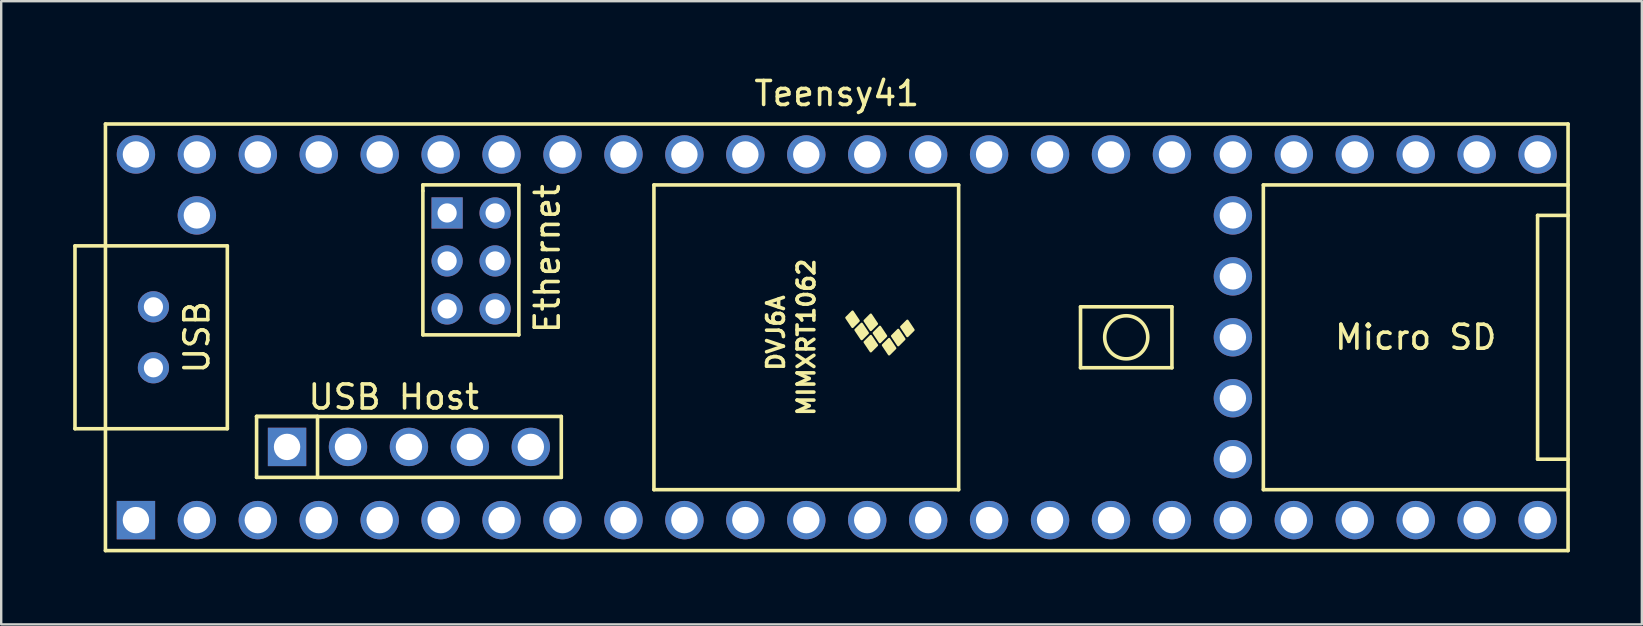
<source format=kicad_pcb>
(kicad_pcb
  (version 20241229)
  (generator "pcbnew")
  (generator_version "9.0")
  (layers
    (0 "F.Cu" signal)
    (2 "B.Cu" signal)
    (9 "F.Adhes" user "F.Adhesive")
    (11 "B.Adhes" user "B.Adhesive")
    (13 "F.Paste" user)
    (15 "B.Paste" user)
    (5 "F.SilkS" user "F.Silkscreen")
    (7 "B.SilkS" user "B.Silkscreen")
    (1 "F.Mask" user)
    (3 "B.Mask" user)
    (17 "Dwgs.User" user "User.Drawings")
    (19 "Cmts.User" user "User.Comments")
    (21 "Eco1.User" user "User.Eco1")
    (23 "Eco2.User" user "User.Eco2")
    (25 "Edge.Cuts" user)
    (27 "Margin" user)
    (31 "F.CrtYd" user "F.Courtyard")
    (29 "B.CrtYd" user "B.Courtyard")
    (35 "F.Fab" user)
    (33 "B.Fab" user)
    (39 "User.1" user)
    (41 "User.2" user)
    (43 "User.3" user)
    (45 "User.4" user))
  (footprint "Teensy41"
    (layer "F.Cu")
    (at 31.825 11.008)
    (property "Reference" "Teensy41" (at 0 -10.16 0) (layer "F.SilkS") (effects (font (size 1 1) (thickness 0.15))))
    (attr through_hole)
    (fp_line (start -31.75 -3.81) (end -30.48 -3.81) (stroke (width 0.15) (type solid)) (layer "F.SilkS"))
    (fp_line (start -31.75 3.81) (end -31.75 -3.81) (stroke (width 0.15) (type solid)) (layer "F.SilkS"))
    (fp_line (start -30.48 -8.89) (end 30.48 -8.89) (stroke (width 0.15) (type solid)) (layer "F.SilkS"))
    (fp_line (start -30.48 3.81) (end -31.75 3.81) (stroke (width 0.15) (type solid)) (layer "F.SilkS"))
    (fp_line (start -30.48 8.89) (end -30.48 -8.89) (stroke (width 0.15) (type solid)) (layer "F.SilkS"))
    (fp_line (start -25.4 -3.81) (end -30.48 -3.81) (stroke (width 0.15) (type solid)) (layer "F.SilkS"))
    (fp_line (start -25.4 3.81) (end -30.48 3.81) (stroke (width 0.15) (type solid)) (layer "F.SilkS"))
    (fp_line (start -25.4 3.81) (end -25.4 -3.81) (stroke (width 0.15) (type solid)) (layer "F.SilkS"))
    (fp_line (start -24.181 3.299) (end -21.641 3.299) (stroke (width 0.15) (type solid)) (layer "F.SilkS"))
    (fp_line (start -24.181 3.299) (end -11.481 3.299) (stroke (width 0.15) (type solid)) (layer "F.SilkS"))
    (fp_line (start -24.181 5.839) (end -24.181 3.299) (stroke (width 0.15) (type solid)) (layer "F.SilkS"))
    (fp_line (start -21.641 3.299) (end -21.641 5.839) (stroke (width 0.15) (type solid)) (layer "F.SilkS"))
    (fp_line (start -17.25 -6.352) (end -17.25 -6.102) (stroke (width 0.15) (type solid)) (layer "F.SilkS"))
    (fp_line (start -17.25 -6.102) (end -17.25 -0.102) (stroke (width 0.15) (type solid)) (layer "F.SilkS"))
    (fp_line (start -17.25 -0.102) (end -13.25 -0.102) (stroke (width 0.15) (type solid)) (layer "F.SilkS"))
    (fp_line (start -13.25 -6.352) (end -17.25 -6.352) (stroke (width 0.15) (type solid)) (layer "F.SilkS"))
    (fp_line (start -13.25 -0.102) (end -13.25 -6.352) (stroke (width 0.15) (type solid)) (layer "F.SilkS"))
    (fp_line (start -11.481 3.299) (end -11.481 5.839) (stroke (width 0.15) (type solid)) (layer "F.SilkS"))
    (fp_line (start -11.481 5.839) (end -24.181 5.839) (stroke (width 0.15) (type solid)) (layer "F.SilkS"))
    (fp_line (start -7.62 -6.35) (end -7.62 6.35) (stroke (width 0.15) (type solid)) (layer "F.SilkS"))
    (fp_line (start -7.62 6.35) (end 5.08 6.35) (stroke (width 0.15) (type solid)) (layer "F.SilkS"))
    (fp_line (start 5.08 -6.35) (end -7.62 -6.35) (stroke (width 0.15) (type solid)) (layer "F.SilkS"))
    (fp_line (start 5.08 6.35) (end 5.08 -6.35) (stroke (width 0.15) (type solid)) (layer "F.SilkS"))
    (fp_line (start 10.16 -1.27) (end 13.97 -1.27) (stroke (width 0.15) (type solid)) (layer "F.SilkS"))
    (fp_line (start 10.16 1.27) (end 10.16 -1.27) (stroke (width 0.15) (type solid)) (layer "F.SilkS"))
    (fp_line (start 13.97 -1.27) (end 13.97 1.27) (stroke (width 0.15) (type solid)) (layer "F.SilkS"))
    (fp_line (start 13.97 1.27) (end 10.16 1.27) (stroke (width 0.15) (type solid)) (layer "F.SilkS"))
    (fp_line (start 17.78 -6.35) (end 17.78 6.35) (stroke (width 0.15) (type solid)) (layer "F.SilkS"))
    (fp_line (start 17.78 6.35) (end 30.48 6.35) (stroke (width 0.15) (type solid)) (layer "F.SilkS"))
    (fp_line (start 29.21 -5.08) (end 29.21 5.08) (stroke (width 0.15) (type solid)) (layer "F.SilkS"))
    (fp_line (start 29.21 5.08) (end 30.48 5.08) (stroke (width 0.15) (type solid)) (layer "F.SilkS"))
    (fp_line (start 30.48 -8.89) (end 30.48 8.89) (stroke (width 0.15) (type solid)) (layer "F.SilkS"))
    (fp_line (start 30.48 -6.35) (end 17.78 -6.35) (stroke (width 0.15) (type solid)) (layer "F.SilkS"))
    (fp_line (start 30.48 -5.08) (end 29.21 -5.08) (stroke (width 0.15) (type solid)) (layer "F.SilkS"))
    (fp_line (start 30.48 8.89) (end -30.48 8.89) (stroke (width 0.15) (type solid)) (layer "F.SilkS"))
    (fp_circle (center 12.065 0) (end 12.7 -0.635) (stroke (width 0.15) (type solid)) (fill no) (layer "F.SilkS"))
    (fp_poly (pts (xy 0.911 -0.688) (xy 0.657 -0.434) (xy 0.403 -0.815) (xy 0.657 -1.069)) (stroke (width 0.1) (type solid)) (fill yes) (layer "F.SilkS"))
    (fp_poly (pts (xy 1.292 -0.18) (xy 1.038 0.074) (xy 0.784 -0.307) (xy 1.038 -0.561)) (stroke (width 0.1) (type solid)) (fill yes) (layer "F.SilkS"))
    (fp_poly (pts (xy 1.673 -0.561) (xy 1.419 -0.307) (xy 1.165 -0.688) (xy 1.419 -0.942)) (stroke (width 0.1) (type solid)) (fill yes) (layer "F.SilkS"))
    (fp_poly (pts (xy 1.673 0.328) (xy 1.419 0.582) (xy 1.165 0.201) (xy 1.419 -0.053)) (stroke (width 0.1) (type solid)) (fill yes) (layer "F.SilkS"))
    (fp_poly (pts (xy 2.054 -0.053) (xy 1.8 0.201) (xy 1.546 -0.18) (xy 1.8 -0.434)) (stroke (width 0.1) (type solid)) (fill yes) (layer "F.SilkS"))
    (fp_poly (pts (xy 2.435 0.455) (xy 2.181 0.709) (xy 1.927 0.328) (xy 2.181 0.074)) (stroke (width 0.1) (type solid)) (fill yes) (layer "F.SilkS"))
    (fp_poly (pts (xy 2.816 0.074) (xy 2.562 0.328) (xy 2.308 -0.053) (xy 2.562 -0.307)) (stroke (width 0.1) (type solid)) (fill yes) (layer "F.SilkS"))
    (fp_poly (pts (xy 3.197 -0.307) (xy 2.943 -0.053) (xy 2.689 -0.434) (xy 2.943 -0.688)) (stroke (width 0.1) (type solid)) (fill yes) (layer "F.SilkS"))
    (fp_text user "DVJ6A" (at -2.54 -0.18 270) (layer "F.SilkS") (effects (font (size 0.7 0.7) (thickness 0.15))))
    (fp_text user "Micro SD" (at 24.13 0 0) (layer "F.SilkS") (effects (font (size 1 1) (thickness 0.15))))
    (fp_text user "USB Host" (at -18.466 2.489 0) (layer "F.SilkS") (effects (font (size 1 1) (thickness 0.15))))
    (fp_text user "MIMXRT1062" (at -1.27 0 270) (layer "F.SilkS") (effects (font (size 0.7 0.7) (thickness 0.15))))
    (fp_text user "Ethernet" (at -12.065 -3.277 90) (layer "F.SilkS") (effects (font (size 1 1) (thickness 0.15))))
    (fp_text user "USB" (at -26.67 0 270) (layer "F.SilkS") (effects (font (size 1 1) (thickness 0.15))))
    (pad "1" thru_hole rect (at -29.21 7.62) (size 1.6 1.6) (drill 1.1) (layers "*.Cu" "*.Mask"))
    (pad "2" thru_hole circle (at -26.67 7.62) (size 1.6 1.6) (drill 1.1) (layers "*.Cu" "*.Mask"))
    (pad "3" thru_hole circle (at -24.13 7.62) (size 1.6 1.6) (drill 1.1) (layers "*.Cu" "*.Mask"))
    (pad "4" thru_hole circle (at -21.59 7.62) (size 1.6 1.6) (drill 1.1) (layers "*.Cu" "*.Mask"))
    (pad "5" thru_hole circle (at -19.05 7.62) (size 1.6 1.6) (drill 1.1) (layers "*.Cu" "*.Mask"))
    (pad "6" thru_hole circle (at -16.51 7.62) (size 1.6 1.6) (drill 1.1) (layers "*.Cu" "*.Mask"))
    (pad "7" thru_hole circle (at -13.97 7.62) (size 1.6 1.6) (drill 1.1) (layers "*.Cu" "*.Mask"))
    (pad "8" thru_hole circle (at -11.43 7.62) (size 1.6 1.6) (drill 1.1) (layers "*.Cu" "*.Mask"))
    (pad "9" thru_hole circle (at -8.89 7.62) (size 1.6 1.6) (drill 1.1) (layers "*.Cu" "*.Mask"))
    (pad "10" thru_hole circle (at -6.35 7.62) (size 1.6 1.6) (drill 1.1) (layers "*.Cu" "*.Mask"))
    (pad "11" thru_hole circle (at -3.81 7.62) (size 1.6 1.6) (drill 1.1) (layers "*.Cu" "*.Mask"))
    (pad "12" thru_hole circle (at -1.27 7.62) (size 1.6 1.6) (drill 1.1) (layers "*.Cu" "*.Mask"))
    (pad "13" thru_hole circle (at 1.27 7.62) (size 1.6 1.6) (drill 1.1) (layers "*.Cu" "*.Mask"))
    (pad "14" thru_hole circle (at 3.81 7.62) (size 1.6 1.6) (drill 1.1) (layers "*.Cu" "*.Mask"))
    (pad "15" thru_hole circle (at 6.35 7.62) (size 1.6 1.6) (drill 1.1) (layers "*.Cu" "*.Mask"))
    (pad "16" thru_hole circle (at 8.89 7.62) (size 1.6 1.6) (drill 1.1) (layers "*.Cu" "*.Mask"))
    (pad "17" thru_hole circle (at 11.43 7.62) (size 1.6 1.6) (drill 1.1) (layers "*.Cu" "*.Mask"))
    (pad "18" thru_hole circle (at 13.97 7.62) (size 1.6 1.6) (drill 1.1) (layers "*.Cu" "*.Mask"))
    (pad "19" thru_hole circle (at 16.51 7.62) (size 1.6 1.6) (drill 1.1) (layers "*.Cu" "*.Mask"))
    (pad "20" thru_hole circle (at 19.05 7.62) (size 1.6 1.6) (drill 1.1) (layers "*.Cu" "*.Mask"))
    (pad "21" thru_hole circle (at 21.59 7.62) (size 1.6 1.6) (drill 1.1) (layers "*.Cu" "*.Mask"))
    (pad "22" thru_hole circle (at 24.13 7.62) (size 1.6 1.6) (drill 1.1) (layers "*.Cu" "*.Mask"))
    (pad "23" thru_hole circle (at 26.67 7.62) (size 1.6 1.6) (drill 1.1) (layers "*.Cu" "*.Mask"))
    (pad "24" thru_hole circle (at 29.21 7.62) (size 1.6 1.6) (drill 1.1) (layers "*.Cu" "*.Mask"))
    (pad "25" thru_hole circle (at 29.21 -7.62) (size 1.6 1.6) (drill 1.1) (layers "*.Cu" "*.Mask"))
    (pad "26" thru_hole circle (at 26.67 -7.62) (size 1.6 1.6) (drill 1.1) (layers "*.Cu" "*.Mask"))
    (pad "27" thru_hole circle (at 24.13 -7.62) (size 1.6 1.6) (drill 1.1) (layers "*.Cu" "*.Mask"))
    (pad "28" thru_hole circle (at 21.59 -7.62) (size 1.6 1.6) (drill 1.1) (layers "*.Cu" "*.Mask"))
    (pad "29" thru_hole circle (at 19.05 -7.62) (size 1.6 1.6) (drill 1.1) (layers "*.Cu" "*.Mask"))
    (pad "30" thru_hole circle (at 16.51 -7.62) (size 1.6 1.6) (drill 1.1) (layers "*.Cu" "*.Mask"))
    (pad "31" thru_hole circle (at 13.97 -7.62) (size 1.6 1.6) (drill 1.1) (layers "*.Cu" "*.Mask"))
    (pad "32" thru_hole circle (at 11.43 -7.62) (size 1.6 1.6) (drill 1.1) (layers "*.Cu" "*.Mask"))
    (pad "33" thru_hole circle (at 8.89 -7.62) (size 1.6 1.6) (drill 1.1) (layers "*.Cu" "*.Mask"))
    (pad "34" thru_hole circle (at 6.35 -7.62) (size 1.6 1.6) (drill 1.1) (layers "*.Cu" "*.Mask"))
    (pad "35" thru_hole circle (at 3.81 -7.62) (size 1.6 1.6) (drill 1.1) (layers "*.Cu" "*.Mask"))
    (pad "36" thru_hole circle (at 1.27 -7.62) (size 1.6 1.6) (drill 1.1) (layers "*.Cu" "*.Mask"))
    (pad "37" thru_hole circle (at -1.27 -7.62) (size 1.6 1.6) (drill 1.1) (layers "*.Cu" "*.Mask"))
    (pad "38" thru_hole circle (at -3.81 -7.62) (size 1.6 1.6) (drill 1.1) (layers "*.Cu" "*.Mask"))
    (pad "39" thru_hole circle (at -6.35 -7.62) (size 1.6 1.6) (drill 1.1) (layers "*.Cu" "*.Mask"))
    (pad "40" thru_hole circle (at -8.89 -7.62) (size 1.6 1.6) (drill 1.1) (layers "*.Cu" "*.Mask"))
    (pad "41" thru_hole circle (at -11.43 -7.62) (size 1.6 1.6) (drill 1.1) (layers "*.Cu" "*.Mask"))
    (pad "42" thru_hole circle (at -13.97 -7.62) (size 1.6 1.6) (drill 1.1) (layers "*.Cu" "*.Mask"))
    (pad "43" thru_hole circle (at -16.51 -7.62) (size 1.6 1.6) (drill 1.1) (layers "*.Cu" "*.Mask"))
    (pad "44" thru_hole circle (at -19.05 -7.62) (size 1.6 1.6) (drill 1.1) (layers "*.Cu" "*.Mask"))
    (pad "45" thru_hole circle (at -21.59 -7.62) (size 1.6 1.6) (drill 1.1) (layers "*.Cu" "*.Mask"))
    (pad "46" thru_hole circle (at -24.13 -7.62) (size 1.6 1.6) (drill 1.1) (layers "*.Cu" "*.Mask"))
    (pad "47" thru_hole circle (at -26.67 -7.62) (size 1.6 1.6) (drill 1.1) (layers "*.Cu" "*.Mask"))
    (pad "48" thru_hole circle (at -29.21 -7.62) (size 1.6 1.6) (drill 1.1) (layers "*.Cu" "*.Mask"))
    (pad "49" thru_hole circle (at -26.67 -5.08) (size 1.6 1.6) (drill 1.1) (layers "*.Cu" "*.Mask"))
    (pad "50" thru_hole circle (at 16.51 5.08) (size 1.6 1.6) (drill 1.1) (layers "*.Cu" "*.Mask"))
    (pad "51" thru_hole circle (at 16.51 2.54) (size 1.6 1.6) (drill 1.1) (layers "*.Cu" "*.Mask"))
    (pad "52" thru_hole circle (at 16.51 0) (size 1.6 1.6) (drill 1.1) (layers "*.Cu" "*.Mask"))
    (pad "53" thru_hole circle (at 16.51 -2.54) (size 1.6 1.6) (drill 1.1) (layers "*.Cu" "*.Mask"))
    (pad "54" thru_hole circle (at 16.51 -5.08) (size 1.6 1.6) (drill 1.1) (layers "*.Cu" "*.Mask"))
    (pad "55" thru_hole rect (at -22.911 4.569) (size 1.6 1.6) (drill 1.1) (layers "*.Cu" "*.Mask"))
    (pad "56" thru_hole circle (at -20.371 4.569) (size 1.6 1.6) (drill 1.1) (layers "*.Cu" "*.Mask"))
    (pad "57" thru_hole circle (at -17.831 4.569) (size 1.6 1.6) (drill 1.1) (layers "*.Cu" "*.Mask"))
    (pad "58" thru_hole circle (at -15.291 4.569) (size 1.6 1.6) (drill 1.1) (layers "*.Cu" "*.Mask"))
    (pad "59" thru_hole circle (at -12.751 4.569) (size 1.6 1.6) (drill 1.1) (layers "*.Cu" "*.Mask"))
    (pad "60" thru_hole rect (at -16.24 -5.182) (size 1.3 1.3) (drill 0.8) (layers "*.Cu" "*.Mask"))
    (pad "61" thru_hole circle (at -16.24 -3.182) (size 1.3 1.3) (drill 0.8) (layers "*.Cu" "*.Mask"))
    (pad "62" thru_hole circle (at -16.24 -1.182) (size 1.3 1.3) (drill 0.8) (layers "*.Cu" "*.Mask"))
    (pad "63" thru_hole circle (at -14.24 -1.182) (size 1.3 1.3) (drill 0.8) (layers "*.Cu" "*.Mask"))
    (pad "64" thru_hole circle (at -14.24 -3.182) (size 1.3 1.3) (drill 0.8) (layers "*.Cu" "*.Mask"))
    (pad "65" thru_hole circle (at -14.24 -5.182) (size 1.3 1.3) (drill 0.8) (layers "*.Cu" "*.Mask"))
    (pad "66" thru_hole circle (at -28.48 -1.27) (size 1.3 1.3) (drill 0.8) (layers "*.Cu" "*.Mask"))
    (pad "67" thru_hole circle (at -28.48 1.27) (size 1.3 1.3) (drill 0.8) (layers "*.Cu" "*.Mask")))
  (gr_rect
    (start -3 -3)
    (end 65.38 22.973)
    (stroke (width 0.1) (type default))
    (fill no)
    (layer "Edge.Cuts")))
</source>
